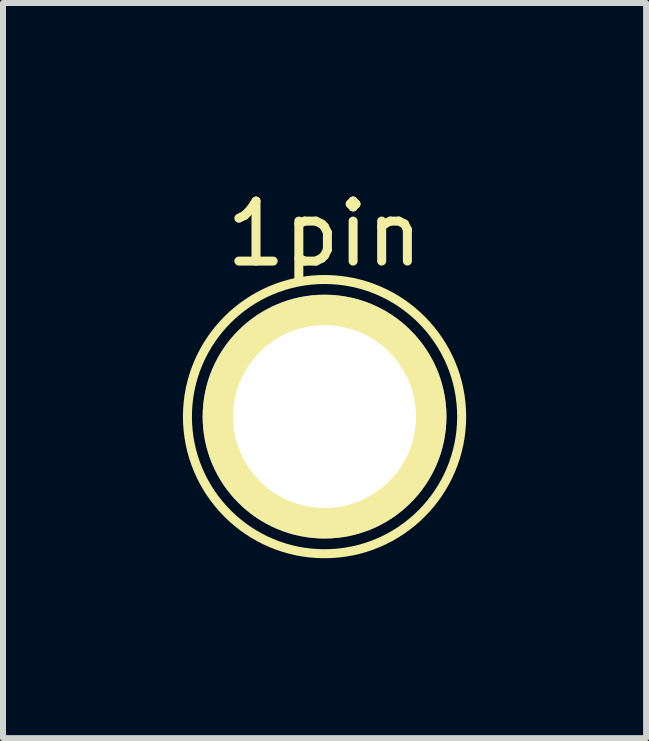
<source format=kicad_pcb>
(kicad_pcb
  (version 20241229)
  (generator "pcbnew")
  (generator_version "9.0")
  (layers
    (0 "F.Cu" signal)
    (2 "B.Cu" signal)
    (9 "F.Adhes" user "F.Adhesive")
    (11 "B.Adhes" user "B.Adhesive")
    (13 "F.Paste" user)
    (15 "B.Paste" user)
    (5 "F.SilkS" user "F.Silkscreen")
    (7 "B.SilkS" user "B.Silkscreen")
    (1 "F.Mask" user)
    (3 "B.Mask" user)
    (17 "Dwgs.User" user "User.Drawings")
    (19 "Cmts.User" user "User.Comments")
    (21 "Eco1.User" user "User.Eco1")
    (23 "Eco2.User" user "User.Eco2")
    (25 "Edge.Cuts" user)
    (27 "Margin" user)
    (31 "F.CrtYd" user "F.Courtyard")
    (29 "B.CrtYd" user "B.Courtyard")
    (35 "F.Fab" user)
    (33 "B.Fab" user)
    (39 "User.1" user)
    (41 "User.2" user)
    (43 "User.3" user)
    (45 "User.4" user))
  (footprint "1pin"
    (layer "F.Cu")
    (at 2.361 3.896)
    (property "Reference" "1pin" (at 0 -3.048 0) (layer "F.SilkS") (effects (font (size 1 1) (thickness 0.15))))
    (attr through_hole)
    (fp_circle (center 0 0) (end 0 -2.286) (stroke (width 0.15) (type solid)) (fill no) (layer "F.SilkS"))
    (pad "1" thru_hole circle (at 0 0) (size 4.064 4.064) (drill 3.048) (layers "*.Cu" "*.Mask" "F.SilkS")))
  (gr_rect
    (start -3 -3)
    (end 7.722 9.257)
    (stroke (width 0.1) (type default))
    (fill no)
    (layer "Edge.Cuts")))
</source>
